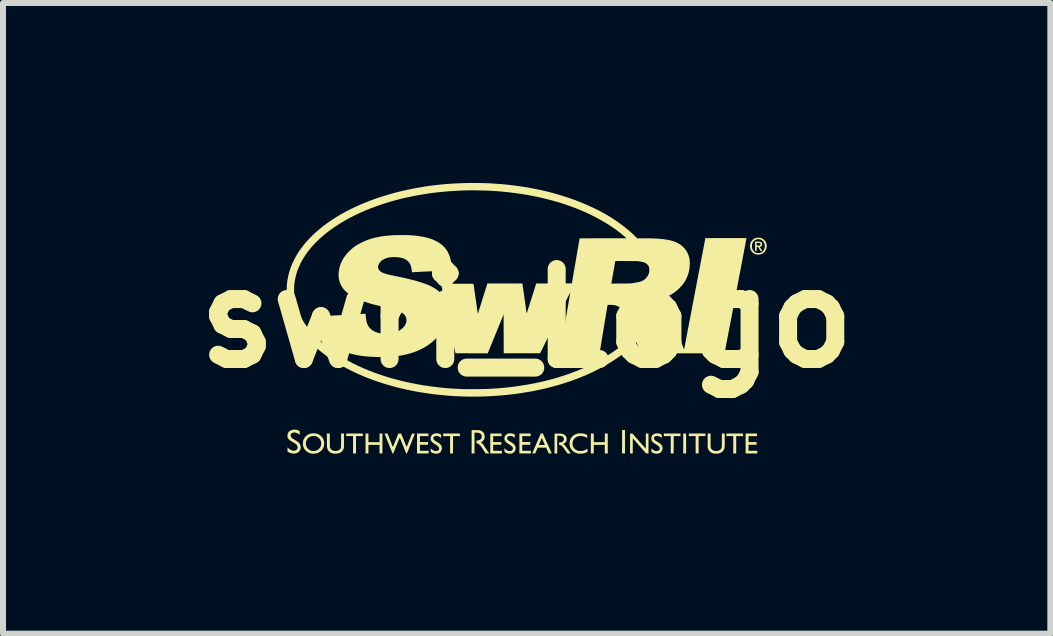
<source format=kicad_pcb>
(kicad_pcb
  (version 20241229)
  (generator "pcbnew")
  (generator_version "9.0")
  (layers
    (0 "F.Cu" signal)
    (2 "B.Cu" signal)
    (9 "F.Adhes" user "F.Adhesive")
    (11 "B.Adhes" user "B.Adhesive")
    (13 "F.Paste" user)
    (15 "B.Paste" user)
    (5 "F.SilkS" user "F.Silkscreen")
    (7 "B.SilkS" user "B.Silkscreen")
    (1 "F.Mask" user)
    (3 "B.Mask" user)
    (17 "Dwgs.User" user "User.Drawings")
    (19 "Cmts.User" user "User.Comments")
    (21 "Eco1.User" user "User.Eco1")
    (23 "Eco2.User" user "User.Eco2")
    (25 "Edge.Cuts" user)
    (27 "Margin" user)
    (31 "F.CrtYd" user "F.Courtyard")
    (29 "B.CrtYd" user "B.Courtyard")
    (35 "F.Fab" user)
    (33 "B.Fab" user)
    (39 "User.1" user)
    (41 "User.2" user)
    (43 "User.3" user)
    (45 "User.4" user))
  (footprint "swri_Logo"
    (layer "F.Cu")
    (at 5.729 2.256)
    (property "Reference" "swri_Logo" (at 0 0 0) (layer "F.SilkS") (effects (font (size 1.5 1.5) (thickness 0.3))))
    (attr board_only exclude_from_pos_files exclude_from_bom)
    (fp_poly (pts (xy 1.638 2.057) (xy 1.638 2.252) (xy 1.614 2.252) (xy 1.59 2.252) (xy 1.59 2.057) (xy 1.59 1.862) (xy 1.614 1.862) (xy 1.638 1.862)) (stroke (width 0) (type solid)) (fill yes) (layer "F.SilkS"))
    (fp_poly (pts (xy 2.657 2.086) (xy 2.657 2.252) (xy 2.633 2.252) (xy 2.609 2.252) (xy 2.609 2.086) (xy 2.609 1.92) (xy 2.633 1.92) (xy 2.657 1.92)) (stroke (width 0) (type solid)) (fill yes) (layer "F.SilkS"))
    (fp_poly (pts (xy -2.731 1.942) (xy -2.731 1.963) (xy -2.788 1.963) (xy -2.845 1.963) (xy -2.845 2.108) (xy -2.845 2.252) (xy -2.87 2.252) (xy -2.894 2.252) (xy -2.894 2.108) (xy -2.894 1.963) (xy -2.951 1.963) (xy -3.008 1.963) (xy -3.008 1.942) (xy -3.008 1.92) (xy -2.87 1.92) (xy -2.731 1.92)) (stroke (width 0) (type solid)) (fill yes) (layer "F.SilkS"))
    (fp_poly (pts (xy -1.114 1.942) (xy -1.114 1.963) (xy -1.171 1.964) (xy -1.228 1.964) (xy -1.228 2.108) (xy -1.229 2.252) (xy -1.253 2.252) (xy -1.277 2.252) (xy -1.277 2.108) (xy -1.277 1.963) (xy -1.334 1.963) (xy -1.392 1.963) (xy -1.392 1.942) (xy -1.392 1.92) (xy -1.253 1.92) (xy -1.114 1.92)) (stroke (width 0) (type solid)) (fill yes) (layer "F.SilkS"))
    (fp_poly (pts (xy 2.564 1.942) (xy 2.564 1.963) (xy 2.507 1.964) (xy 2.45 1.964) (xy 2.45 2.108) (xy 2.449 2.252) (xy 2.425 2.252) (xy 2.401 2.252) (xy 2.401 2.108) (xy 2.401 1.963) (xy 2.344 1.963) (xy 2.286 1.963) (xy 2.286 1.942) (xy 2.286 1.92) (xy 2.425 1.92) (xy 2.564 1.92)) (stroke (width 0) (type solid)) (fill yes) (layer "F.SilkS"))
    (fp_poly (pts (xy 2.979 1.942) (xy 2.979 1.963) (xy 2.922 1.963) (xy 2.865 1.963) (xy 2.865 2.108) (xy 2.865 2.252) (xy 2.84 2.252) (xy 2.816 2.252) (xy 2.816 2.108) (xy 2.816 1.963) (xy 2.759 1.963) (xy 2.702 1.963) (xy 2.702 1.942) (xy 2.702 1.92) (xy 2.84 1.92) (xy 2.979 1.92)) (stroke (width 0) (type solid)) (fill yes) (layer "F.SilkS"))
    (fp_poly (pts (xy 3.606 1.942) (xy 3.606 1.963) (xy 3.549 1.963) (xy 3.492 1.963) (xy 3.492 2.108) (xy 3.492 2.252) (xy 3.467 2.252) (xy 3.443 2.252) (xy 3.443 2.108) (xy 3.443 1.963) (xy 3.386 1.963) (xy 3.329 1.963) (xy 3.329 1.942) (xy 3.329 1.92) (xy 3.467 1.92) (xy 3.606 1.92)) (stroke (width 0) (type solid)) (fill yes) (layer "F.SilkS"))
    (fp_poly (pts (xy -2.638 1.992) (xy -2.638 2.064) (xy -2.545 2.064) (xy -2.453 2.064) (xy -2.453 1.992) (xy -2.453 1.92) (xy -2.429 1.92) (xy -2.405 1.92) (xy -2.405 2.086) (xy -2.405 2.252) (xy -2.429 2.252) (xy -2.453 2.252) (xy -2.453 2.181) (xy -2.453 2.109) (xy -2.545 2.109) (xy -2.638 2.109) (xy -2.638 2.181) (xy -2.638 2.252) (xy -2.662 2.252) (xy -2.686 2.252) (xy -2.686 2.086) (xy -2.686 1.92) (xy -2.662 1.92) (xy -2.638 1.92)) (stroke (width 0) (type solid)) (fill yes) (layer "F.SilkS"))
    (fp_poly (pts (xy -1.638 1.942) (xy -1.638 1.963) (xy -1.708 1.964) (xy -1.779 1.964) (xy -1.779 2.013) (xy -1.78 2.062) (xy -1.712 2.062) (xy -1.644 2.062) (xy -1.644 2.084) (xy -1.644 2.107) (xy -1.712 2.107) (xy -1.78 2.107) (xy -1.78 2.157) (xy -1.78 2.208) (xy -1.707 2.208) (xy -1.634 2.208) (xy -1.634 2.23) (xy -1.634 2.252) (xy -1.731 2.252) (xy -1.828 2.252) (xy -1.828 2.086) (xy -1.828 1.92) (xy -1.733 1.92) (xy -1.638 1.92)) (stroke (width 0) (type solid)) (fill yes) (layer "F.SilkS"))
    (fp_poly (pts (xy -0.419 1.942) (xy -0.419 1.963) (xy -0.489 1.963) (xy -0.559 1.963) (xy -0.559 2.013) (xy -0.559 2.062) (xy -0.491 2.062) (xy -0.423 2.062) (xy -0.423 2.084) (xy -0.423 2.107) (xy -0.491 2.107) (xy -0.559 2.107) (xy -0.559 2.157) (xy -0.559 2.208) (xy -0.487 2.208) (xy -0.414 2.209) (xy -0.414 2.231) (xy -0.413 2.252) (xy -0.51 2.252) (xy -0.607 2.252) (xy -0.607 2.086) (xy -0.607 1.92) (xy -0.513 1.92) (xy -0.419 1.92)) (stroke (width 0) (type solid)) (fill yes) (layer "F.SilkS"))
    (fp_poly (pts (xy 0.066 1.942) (xy 0.066 1.963) (xy -0.004 1.963) (xy -0.074 1.963) (xy -0.074 2.013) (xy -0.074 2.062) (xy -0.007 2.062) (xy 0.06 2.062) (xy 0.06 2.084) (xy 0.06 2.107) (xy -0.007 2.107) (xy -0.074 2.107) (xy -0.074 2.157) (xy -0.074 2.208) (xy -0.002 2.208) (xy 0.07 2.208) (xy 0.07 2.23) (xy 0.07 2.252) (xy -0.026 2.252) (xy -0.122 2.252) (xy -0.122 2.086) (xy -0.122 1.92) (xy -0.028 1.92) (xy 0.066 1.92)) (stroke (width 0) (type solid)) (fill yes) (layer "F.SilkS"))
    (fp_poly (pts (xy 1.118 1.992) (xy 1.118 2.064) (xy 1.21 2.064) (xy 1.302 2.064) (xy 1.302 1.992) (xy 1.302 1.92) (xy 1.327 1.92) (xy 1.351 1.92) (xy 1.351 2.086) (xy 1.351 2.252) (xy 1.327 2.252) (xy 1.302 2.252) (xy 1.302 2.181) (xy 1.302 2.109) (xy 1.21 2.109) (xy 1.118 2.109) (xy 1.118 2.181) (xy 1.118 2.252) (xy 1.094 2.252) (xy 1.069 2.252) (xy 1.069 2.086) (xy 1.069 1.92) (xy 1.094 1.92) (xy 1.118 1.92)) (stroke (width 0) (type solid)) (fill yes) (layer "F.SilkS"))
    (fp_poly (pts (xy 3.839 1.942) (xy 3.839 1.963) (xy 3.769 1.964) (xy 3.698 1.964) (xy 3.698 2.013) (xy 3.697 2.062) (xy 3.765 2.062) (xy 3.833 2.062) (xy 3.833 2.084) (xy 3.833 2.107) (xy 3.765 2.107) (xy 3.697 2.107) (xy 3.697 2.157) (xy 3.697 2.208) (xy 3.77 2.208) (xy 3.843 2.208) (xy 3.843 2.23) (xy 3.843 2.252) (xy 3.746 2.252) (xy 3.649 2.252) (xy 3.649 2.086) (xy 3.649 1.92) (xy 3.744 1.92) (xy 3.839 1.92)) (stroke (width 0) (type solid)) (fill yes) (layer "F.SilkS"))
    (fp_poly (pts (xy 1.873 2.047) (xy 1.985 2.174) (xy 1.985 2.047) (xy 1.986 1.92) (xy 2.008 1.92) (xy 2.03 1.92) (xy 2.03 2.086) (xy 2.03 2.252) (xy 2.009 2.252) (xy 1.989 2.251) (xy 1.88 2.126) (xy 1.863 2.107) (xy 1.848 2.089) (xy 1.833 2.072) (xy 1.819 2.056) (xy 1.807 2.042) (xy 1.796 2.03) (xy 1.787 2.019) (xy 1.779 2.011) (xy 1.774 2.004) (xy 1.77 2.001) (xy 1.77 2) (xy 1.769 2.002) (xy 1.769 2.007) (xy 1.769 2.016) (xy 1.769 2.028) (xy 1.768 2.042) (xy 1.768 2.058) (xy 1.768 2.077) (xy 1.768 2.097) (xy 1.768 2.118) (xy 1.768 2.126) (xy 1.768 2.252) (xy 1.746 2.252) (xy 1.723 2.252) (xy 1.723 2.086) (xy 1.723 1.92) (xy 1.743 1.92) (xy 1.762 1.92)) (stroke (width 0) (type solid)) (fill yes) (layer "F.SilkS"))
    (fp_poly (pts (xy 3.065 2.03) (xy 3.065 2.055) (xy 3.065 2.076) (xy 3.065 2.094) (xy 3.065 2.109) (xy 3.065 2.122) (xy 3.066 2.132) (xy 3.066 2.141) (xy 3.067 2.148) (xy 3.068 2.153) (xy 3.069 2.158) (xy 3.07 2.162) (xy 3.072 2.166) (xy 3.073 2.169) (xy 3.08 2.179) (xy 3.091 2.189) (xy 3.103 2.198) (xy 3.116 2.205) (xy 3.131 2.209) (xy 3.132 2.209) (xy 3.15 2.212) (xy 3.169 2.211) (xy 3.188 2.208) (xy 3.206 2.202) (xy 3.209 2.2) (xy 3.224 2.192) (xy 3.235 2.181) (xy 3.244 2.168) (xy 3.249 2.152) (xy 3.251 2.144) (xy 3.251 2.139) (xy 3.252 2.13) (xy 3.252 2.118) (xy 3.252 2.103) (xy 3.253 2.086) (xy 3.253 2.065) (xy 3.253 2.043) (xy 3.253 2.026) (xy 3.253 1.92) (xy 3.277 1.92) (xy 3.301 1.92) (xy 3.301 2.029) (xy 3.301 2.053) (xy 3.301 2.076) (xy 3.301 2.095) (xy 3.301 2.113) (xy 3.3 2.127) (xy 3.3 2.138) (xy 3.3 2.146) (xy 3.299 2.149) (xy 3.294 2.172) (xy 3.286 2.191) (xy 3.274 2.208) (xy 3.26 2.223) (xy 3.243 2.235) (xy 3.223 2.245) (xy 3.205 2.251) (xy 3.194 2.253) (xy 3.18 2.254) (xy 3.165 2.255) (xy 3.149 2.256) (xy 3.135 2.255) (xy 3.124 2.254) (xy 3.122 2.253) (xy 3.099 2.247) (xy 3.078 2.238) (xy 3.06 2.226) (xy 3.045 2.212) (xy 3.033 2.195) (xy 3.024 2.176) (xy 3.022 2.172) (xy 3.017 2.156) (xy 3.017 2.038) (xy 3.016 1.92) (xy 3.04 1.92) (xy 3.065 1.92)) (stroke (width 0) (type solid)) (fill yes) (layer "F.SilkS"))
    (fp_poly (pts (xy -3.282 2.025) (xy -3.282 2.045) (xy -3.282 2.065) (xy -3.282 2.083) (xy -3.281 2.1) (xy -3.281 2.114) (xy -3.281 2.126) (xy -3.281 2.136) (xy -3.28 2.142) (xy -3.28 2.143) (xy -3.277 2.158) (xy -3.271 2.17) (xy -3.263 2.182) (xy -3.26 2.185) (xy -3.246 2.196) (xy -3.23 2.204) (xy -3.212 2.209) (xy -3.193 2.211) (xy -3.172 2.21) (xy -3.162 2.209) (xy -3.145 2.204) (xy -3.13 2.196) (xy -3.117 2.187) (xy -3.107 2.177) (xy -3.103 2.17) (xy -3.101 2.167) (xy -3.1 2.163) (xy -3.098 2.159) (xy -3.097 2.154) (xy -3.096 2.149) (xy -3.095 2.142) (xy -3.095 2.134) (xy -3.094 2.124) (xy -3.094 2.112) (xy -3.094 2.097) (xy -3.094 2.08) (xy -3.094 2.059) (xy -3.094 2.035) (xy -3.094 2.031) (xy -3.094 1.92) (xy -3.069 1.92) (xy -3.045 1.92) (xy -3.046 2.038) (xy -3.046 2.156) (xy -3.052 2.172) (xy -3.061 2.192) (xy -3.072 2.209) (xy -3.087 2.224) (xy -3.104 2.236) (xy -3.123 2.245) (xy -3.124 2.246) (xy -3.141 2.25) (xy -3.16 2.254) (xy -3.18 2.256) (xy -3.199 2.256) (xy -3.217 2.255) (xy -3.22 2.254) (xy -3.243 2.249) (xy -3.264 2.24) (xy -3.282 2.229) (xy -3.298 2.215) (xy -3.31 2.199) (xy -3.32 2.18) (xy -3.326 2.16) (xy -3.328 2.149) (xy -3.329 2.144) (xy -3.329 2.136) (xy -3.33 2.124) (xy -3.33 2.11) (xy -3.33 2.094) (xy -3.33 2.076) (xy -3.33 2.056) (xy -3.33 2.035) (xy -3.33 2.028) (xy -3.331 1.92) (xy -3.306 1.92) (xy -3.282 1.92)) (stroke (width 0) (type solid)) (fill yes) (layer "F.SilkS"))
    (fp_poly (pts (xy 3.861 -1.28) (xy 3.875 -1.279) (xy 3.886 -1.278) (xy 3.894 -1.277) (xy 3.901 -1.275) (xy 3.907 -1.271) (xy 3.912 -1.268) (xy 3.913 -1.266) (xy 3.919 -1.257) (xy 3.923 -1.246) (xy 3.925 -1.234) (xy 3.923 -1.222) (xy 3.919 -1.212) (xy 3.914 -1.205) (xy 3.91 -1.201) (xy 3.904 -1.197) (xy 3.898 -1.194) (xy 3.893 -1.193) (xy 3.893 -1.193) (xy 3.89 -1.192) (xy 3.888 -1.191) (xy 3.888 -1.189) (xy 3.889 -1.185) (xy 3.892 -1.18) (xy 3.897 -1.171) (xy 3.904 -1.161) (xy 3.906 -1.157) (xy 3.912 -1.147) (xy 3.918 -1.138) (xy 3.922 -1.131) (xy 3.925 -1.126) (xy 3.926 -1.123) (xy 3.926 -1.123) (xy 3.925 -1.122) (xy 3.92 -1.121) (xy 3.914 -1.121) (xy 3.908 -1.121) (xy 3.902 -1.122) (xy 3.898 -1.123) (xy 3.897 -1.124) (xy 3.895 -1.126) (xy 3.892 -1.131) (xy 3.887 -1.139) (xy 3.882 -1.148) (xy 3.876 -1.157) (xy 3.857 -1.189) (xy 3.845 -1.189) (xy 3.833 -1.189) (xy 3.833 -1.155) (xy 3.832 -1.122) (xy 3.82 -1.121) (xy 3.814 -1.121) (xy 3.809 -1.122) (xy 3.807 -1.122) (xy 3.807 -1.124) (xy 3.807 -1.13) (xy 3.807 -1.139) (xy 3.806 -1.15) (xy 3.806 -1.163) (xy 3.806 -1.179) (xy 3.806 -1.195) (xy 3.806 -1.202) (xy 3.806 -1.234) (xy 3.833 -1.234) (xy 3.833 -1.212) (xy 3.852 -1.212) (xy 3.861 -1.212) (xy 3.87 -1.213) (xy 3.878 -1.214) (xy 3.88 -1.214) (xy 3.888 -1.217) (xy 3.894 -1.222) (xy 3.897 -1.23) (xy 3.897 -1.235) (xy 3.896 -1.242) (xy 3.894 -1.248) (xy 3.889 -1.252) (xy 3.881 -1.254) (xy 3.871 -1.256) (xy 3.857 -1.257) (xy 3.853 -1.257) (xy 3.833 -1.257) (xy 3.833 -1.234) (xy 3.806 -1.234) (xy 3.806 -1.28) (xy 3.844 -1.28)) (stroke (width 0) (type solid)) (fill yes) (layer "F.SilkS"))
    (fp_poly (pts (xy 0.523 1.921) (xy 0.54 1.921) (xy 0.553 1.921) (xy 0.564 1.922) (xy 0.572 1.922) (xy 0.579 1.923) (xy 0.584 1.923) (xy 0.589 1.924) (xy 0.593 1.925) (xy 0.596 1.926) (xy 0.615 1.933) (xy 0.631 1.943) (xy 0.645 1.955) (xy 0.655 1.969) (xy 0.662 1.984) (xy 0.665 1.999) (xy 0.666 2.015) (xy 0.665 2.031) (xy 0.661 2.045) (xy 0.659 2.05) (xy 0.652 2.061) (xy 0.642 2.072) (xy 0.632 2.081) (xy 0.62 2.088) (xy 0.62 2.089) (xy 0.608 2.095) (xy 0.622 2.105) (xy 0.63 2.112) (xy 0.638 2.12) (xy 0.646 2.129) (xy 0.655 2.141) (xy 0.666 2.155) (xy 0.678 2.173) (xy 0.679 2.174) (xy 0.687 2.186) (xy 0.696 2.198) (xy 0.705 2.211) (xy 0.714 2.222) (xy 0.717 2.227) (xy 0.723 2.235) (xy 0.729 2.242) (xy 0.733 2.247) (xy 0.735 2.251) (xy 0.736 2.251) (xy 0.734 2.252) (xy 0.729 2.252) (xy 0.721 2.252) (xy 0.712 2.252) (xy 0.708 2.252) (xy 0.68 2.252) (xy 0.658 2.22) (xy 0.642 2.198) (xy 0.628 2.178) (xy 0.616 2.162) (xy 0.605 2.148) (xy 0.595 2.137) (xy 0.585 2.128) (xy 0.577 2.121) (xy 0.569 2.116) (xy 0.56 2.113) (xy 0.552 2.11) (xy 0.549 2.11) (xy 0.54 2.108) (xy 0.54 2.088) (xy 0.54 2.068) (xy 0.551 2.068) (xy 0.568 2.067) (xy 0.583 2.063) (xy 0.596 2.057) (xy 0.606 2.049) (xy 0.614 2.039) (xy 0.617 2.032) (xy 0.619 2.023) (xy 0.62 2.012) (xy 0.619 2.002) (xy 0.617 1.993) (xy 0.613 1.985) (xy 0.606 1.976) (xy 0.598 1.969) (xy 0.593 1.967) (xy 0.583 1.963) (xy 0.57 1.96) (xy 0.554 1.958) (xy 0.536 1.957) (xy 0.532 1.957) (xy 0.509 1.957) (xy 0.509 2.105) (xy 0.509 2.252) (xy 0.486 2.252) (xy 0.464 2.252) (xy 0.464 2.086) (xy 0.464 1.92)) (stroke (width 0) (type solid)) (fill yes) (layer "F.SilkS"))
    (fp_poly (pts (xy -1.486 1.917) (xy -1.472 1.919) (xy -1.459 1.923) (xy -1.445 1.929) (xy -1.443 1.93) (xy -1.427 1.938) (xy -1.427 1.966) (xy -1.427 1.994) (xy -1.437 1.985) (xy -1.451 1.976) (xy -1.466 1.968) (xy -1.48 1.963) (xy -1.495 1.96) (xy -1.509 1.96) (xy -1.522 1.961) (xy -1.533 1.965) (xy -1.543 1.971) (xy -1.55 1.979) (xy -1.555 1.989) (xy -1.556 1.996) (xy -1.556 2.005) (xy -1.554 2.013) (xy -1.549 2.021) (xy -1.542 2.029) (xy -1.531 2.037) (xy -1.518 2.047) (xy -1.502 2.057) (xy -1.486 2.066) (xy -1.474 2.073) (xy -1.464 2.08) (xy -1.455 2.086) (xy -1.448 2.093) (xy -1.441 2.099) (xy -1.439 2.101) (xy -1.427 2.116) (xy -1.419 2.133) (xy -1.415 2.15) (xy -1.414 2.169) (xy -1.416 2.187) (xy -1.422 2.204) (xy -1.43 2.219) (xy -1.442 2.232) (xy -1.456 2.243) (xy -1.473 2.251) (xy -1.482 2.253) (xy -1.494 2.255) (xy -1.507 2.256) (xy -1.521 2.255) (xy -1.533 2.254) (xy -1.539 2.253) (xy -1.561 2.247) (xy -1.581 2.238) (xy -1.586 2.235) (xy -1.598 2.228) (xy -1.599 2.197) (xy -1.599 2.165) (xy -1.585 2.18) (xy -1.571 2.191) (xy -1.557 2.2) (xy -1.542 2.207) (xy -1.527 2.211) (xy -1.512 2.212) (xy -1.498 2.211) (xy -1.486 2.208) (xy -1.475 2.202) (xy -1.466 2.193) (xy -1.464 2.189) (xy -1.46 2.179) (xy -1.46 2.168) (xy -1.462 2.156) (xy -1.463 2.152) (xy -1.469 2.144) (xy -1.477 2.135) (xy -1.487 2.125) (xy -1.499 2.116) (xy -1.507 2.111) (xy -1.527 2.099) (xy -1.543 2.088) (xy -1.556 2.079) (xy -1.567 2.07) (xy -1.576 2.062) (xy -1.583 2.055) (xy -1.589 2.047) (xy -1.593 2.039) (xy -1.594 2.038) (xy -1.599 2.024) (xy -1.601 2.008) (xy -1.601 1.992) (xy -1.597 1.977) (xy -1.592 1.962) (xy -1.59 1.96) (xy -1.58 1.945) (xy -1.566 1.934) (xy -1.551 1.925) (xy -1.532 1.92) (xy -1.512 1.917) (xy -1.502 1.917)) (stroke (width 0) (type solid)) (fill yes) (layer "F.SilkS"))
    (fp_poly (pts (xy -0.25 1.918) (xy -0.236 1.921) (xy -0.223 1.925) (xy -0.211 1.931) (xy -0.208 1.932) (xy -0.198 1.938) (xy -0.198 1.965) (xy -0.198 1.993) (xy -0.203 1.988) (xy -0.208 1.985) (xy -0.214 1.981) (xy -0.22 1.977) (xy -0.234 1.969) (xy -0.248 1.964) (xy -0.262 1.961) (xy -0.276 1.96) (xy -0.289 1.961) (xy -0.301 1.964) (xy -0.311 1.969) (xy -0.319 1.976) (xy -0.324 1.985) (xy -0.326 1.996) (xy -0.326 1.997) (xy -0.326 2.005) (xy -0.325 2.011) (xy -0.322 2.017) (xy -0.318 2.023) (xy -0.313 2.028) (xy -0.305 2.035) (xy -0.295 2.042) (xy -0.283 2.05) (xy -0.267 2.06) (xy -0.254 2.067) (xy -0.235 2.08) (xy -0.218 2.092) (xy -0.206 2.105) (xy -0.196 2.119) (xy -0.189 2.133) (xy -0.186 2.149) (xy -0.184 2.166) (xy -0.184 2.166) (xy -0.186 2.185) (xy -0.191 2.202) (xy -0.2 2.218) (xy -0.211 2.231) (xy -0.224 2.242) (xy -0.24 2.25) (xy -0.256 2.254) (xy -0.266 2.255) (xy -0.278 2.256) (xy -0.291 2.256) (xy -0.303 2.255) (xy -0.306 2.254) (xy -0.32 2.251) (xy -0.335 2.245) (xy -0.35 2.239) (xy -0.362 2.232) (xy -0.364 2.23) (xy -0.371 2.225) (xy -0.371 2.195) (xy -0.371 2.164) (xy -0.356 2.179) (xy -0.343 2.191) (xy -0.33 2.199) (xy -0.318 2.205) (xy -0.304 2.21) (xy -0.294 2.211) (xy -0.279 2.212) (xy -0.265 2.21) (xy -0.253 2.206) (xy -0.243 2.199) (xy -0.236 2.191) (xy -0.231 2.181) (xy -0.229 2.171) (xy -0.231 2.159) (xy -0.235 2.15) (xy -0.24 2.142) (xy -0.25 2.132) (xy -0.263 2.122) (xy -0.279 2.11) (xy -0.292 2.102) (xy -0.309 2.091) (xy -0.323 2.082) (xy -0.335 2.073) (xy -0.344 2.065) (xy -0.351 2.058) (xy -0.357 2.05) (xy -0.362 2.042) (xy -0.365 2.036) (xy -0.37 2.021) (xy -0.372 2.005) (xy -0.371 1.988) (xy -0.366 1.972) (xy -0.359 1.958) (xy -0.349 1.945) (xy -0.346 1.942) (xy -0.333 1.932) (xy -0.319 1.924) (xy -0.303 1.92) (xy -0.285 1.917) (xy -0.267 1.917)) (stroke (width 0) (type solid)) (fill yes) (layer "F.SilkS"))
    (fp_poly (pts (xy 0.273 1.926) (xy 0.274 1.928) (xy 0.276 1.934) (xy 0.28 1.943) (xy 0.285 1.954) (xy 0.291 1.968) (xy 0.298 1.984) (xy 0.306 2.001) (xy 0.314 2.02) (xy 0.323 2.039) (xy 0.332 2.06) (xy 0.341 2.08) (xy 0.351 2.101) (xy 0.36 2.122) (xy 0.369 2.142) (xy 0.378 2.162) (xy 0.386 2.18) (xy 0.393 2.197) (xy 0.4 2.212) (xy 0.406 2.225) (xy 0.41 2.235) (xy 0.414 2.243) (xy 0.416 2.248) (xy 0.417 2.25) (xy 0.416 2.251) (xy 0.414 2.252) (xy 0.408 2.252) (xy 0.399 2.252) (xy 0.393 2.252) (xy 0.368 2.252) (xy 0.346 2.204) (xy 0.325 2.156) (xy 0.254 2.156) (xy 0.183 2.155) (xy 0.163 2.203) (xy 0.143 2.251) (xy 0.118 2.252) (xy 0.109 2.252) (xy 0.101 2.252) (xy 0.096 2.252) (xy 0.093 2.251) (xy 0.093 2.251) (xy 0.094 2.249) (xy 0.096 2.244) (xy 0.1 2.235) (xy 0.104 2.224) (xy 0.11 2.21) (xy 0.117 2.194) (xy 0.125 2.176) (xy 0.133 2.156) (xy 0.142 2.135) (xy 0.152 2.112) (xy 0.153 2.109) (xy 0.204 2.109) (xy 0.206 2.11) (xy 0.211 2.11) (xy 0.219 2.11) (xy 0.229 2.111) (xy 0.242 2.111) (xy 0.253 2.111) (xy 0.267 2.111) (xy 0.279 2.111) (xy 0.289 2.11) (xy 0.297 2.11) (xy 0.301 2.11) (xy 0.303 2.11) (xy 0.302 2.108) (xy 0.3 2.103) (xy 0.297 2.095) (xy 0.293 2.086) (xy 0.288 2.075) (xy 0.283 2.063) (xy 0.277 2.051) (xy 0.272 2.039) (xy 0.267 2.028) (xy 0.262 2.017) (xy 0.258 2.009) (xy 0.255 2.002) (xy 0.254 1.999) (xy 0.253 1.998) (xy 0.253 1.997) (xy 0.252 1.997) (xy 0.25 1.999) (xy 0.249 2.001) (xy 0.246 2.006) (xy 0.243 2.013) (xy 0.239 2.023) (xy 0.234 2.036) (xy 0.227 2.051) (xy 0.222 2.065) (xy 0.216 2.078) (xy 0.212 2.089) (xy 0.208 2.098) (xy 0.205 2.105) (xy 0.204 2.109) (xy 0.204 2.109) (xy 0.153 2.109) (xy 0.162 2.088) (xy 0.164 2.084) (xy 0.234 1.92) (xy 0.252 1.919) (xy 0.269 1.918)) (stroke (width 0) (type solid)) (fill yes) (layer "F.SilkS"))
    (fp_poly (pts (xy 2.196 1.918) (xy 2.214 1.922) (xy 2.232 1.928) (xy 2.238 1.932) (xy 2.251 1.939) (xy 2.251 1.967) (xy 2.251 1.994) (xy 2.241 1.986) (xy 2.227 1.976) (xy 2.211 1.968) (xy 2.196 1.963) (xy 2.188 1.961) (xy 2.173 1.96) (xy 2.159 1.961) (xy 2.147 1.965) (xy 2.136 1.97) (xy 2.128 1.978) (xy 2.123 1.987) (xy 2.121 1.998) (xy 2.121 1.998) (xy 2.123 2.008) (xy 2.127 2.017) (xy 2.134 2.027) (xy 2.144 2.036) (xy 2.158 2.046) (xy 2.172 2.054) (xy 2.193 2.066) (xy 2.21 2.078) (xy 2.224 2.088) (xy 2.236 2.098) (xy 2.245 2.108) (xy 2.252 2.119) (xy 2.257 2.13) (xy 2.261 2.142) (xy 2.263 2.153) (xy 2.264 2.172) (xy 2.261 2.189) (xy 2.255 2.206) (xy 2.246 2.221) (xy 2.234 2.233) (xy 2.219 2.244) (xy 2.202 2.251) (xy 2.196 2.253) (xy 2.185 2.255) (xy 2.172 2.256) (xy 2.158 2.256) (xy 2.144 2.254) (xy 2.139 2.253) (xy 2.117 2.247) (xy 2.097 2.238) (xy 2.092 2.235) (xy 2.08 2.228) (xy 2.079 2.197) (xy 2.079 2.166) (xy 2.093 2.18) (xy 2.107 2.192) (xy 2.122 2.201) (xy 2.138 2.208) (xy 2.153 2.212) (xy 2.169 2.212) (xy 2.183 2.21) (xy 2.196 2.205) (xy 2.207 2.197) (xy 2.209 2.194) (xy 2.216 2.185) (xy 2.218 2.174) (xy 2.218 2.163) (xy 2.214 2.151) (xy 2.206 2.14) (xy 2.196 2.129) (xy 2.192 2.126) (xy 2.186 2.121) (xy 2.178 2.116) (xy 2.168 2.11) (xy 2.158 2.103) (xy 2.156 2.102) (xy 2.139 2.091) (xy 2.124 2.081) (xy 2.112 2.072) (xy 2.103 2.064) (xy 2.095 2.056) (xy 2.089 2.048) (xy 2.084 2.04) (xy 2.083 2.037) (xy 2.081 2.032) (xy 2.079 2.028) (xy 2.078 2.023) (xy 2.078 2.017) (xy 2.078 2.008) (xy 2.078 2.003) (xy 2.078 1.993) (xy 2.078 1.986) (xy 2.079 1.98) (xy 2.08 1.976) (xy 2.082 1.971) (xy 2.085 1.965) (xy 2.094 1.949) (xy 2.106 1.937) (xy 2.121 1.928) (xy 2.138 1.921) (xy 2.158 1.918) (xy 2.176 1.917)) (stroke (width 0) (type solid)) (fill yes) (layer "F.SilkS"))
    (fp_poly (pts (xy 0.895 1.918) (xy 0.911 1.918) (xy 0.924 1.918) (xy 0.936 1.92) (xy 0.947 1.922) (xy 0.958 1.924) (xy 0.971 1.928) (xy 0.986 1.934) (xy 0.989 1.935) (xy 1.009 1.943) (xy 1.009 1.968) (xy 1.009 1.978) (xy 1.009 1.986) (xy 1.009 1.991) (xy 1.008 1.994) (xy 1.008 1.994) (xy 1.006 1.993) (xy 1.002 1.991) (xy 0.996 1.988) (xy 0.995 1.988) (xy 0.971 1.976) (xy 0.947 1.968) (xy 0.923 1.963) (xy 0.899 1.961) (xy 0.876 1.962) (xy 0.854 1.967) (xy 0.833 1.974) (xy 0.832 1.975) (xy 0.814 1.986) (xy 0.798 1.999) (xy 0.786 2.015) (xy 0.776 2.032) (xy 0.769 2.05) (xy 0.765 2.069) (xy 0.763 2.089) (xy 0.765 2.109) (xy 0.77 2.128) (xy 0.778 2.146) (xy 0.789 2.164) (xy 0.799 2.174) (xy 0.815 2.188) (xy 0.834 2.199) (xy 0.855 2.207) (xy 0.858 2.207) (xy 0.868 2.209) (xy 0.882 2.21) (xy 0.896 2.211) (xy 0.911 2.21) (xy 0.925 2.209) (xy 0.937 2.207) (xy 0.94 2.206) (xy 0.96 2.2) (xy 0.979 2.192) (xy 0.997 2.183) (xy 0.998 2.182) (xy 1.005 2.179) (xy 1.009 2.176) (xy 1.012 2.175) (xy 1.012 2.175) (xy 1.013 2.177) (xy 1.013 2.182) (xy 1.013 2.189) (xy 1.013 2.198) (xy 1.013 2.201) (xy 1.013 2.227) (xy 1.004 2.232) (xy 0.991 2.237) (xy 0.976 2.243) (xy 0.96 2.248) (xy 0.949 2.251) (xy 0.937 2.253) (xy 0.923 2.254) (xy 0.907 2.255) (xy 0.891 2.256) (xy 0.876 2.255) (xy 0.862 2.254) (xy 0.855 2.253) (xy 0.83 2.247) (xy 0.807 2.238) (xy 0.786 2.225) (xy 0.767 2.21) (xy 0.751 2.193) (xy 0.737 2.173) (xy 0.726 2.152) (xy 0.719 2.129) (xy 0.715 2.105) (xy 0.714 2.089) (xy 0.716 2.063) (xy 0.721 2.038) (xy 0.73 2.014) (xy 0.742 1.993) (xy 0.756 1.974) (xy 0.774 1.957) (xy 0.795 1.942) (xy 0.819 1.931) (xy 0.839 1.923) (xy 0.846 1.921) (xy 0.851 1.92) (xy 0.857 1.919) (xy 0.863 1.918) (xy 0.87 1.918) (xy 0.88 1.918) (xy 0.893 1.918)) (stroke (width 0) (type solid)) (fill yes) (layer "F.SilkS"))
    (fp_poly (pts (xy -0.854 1.863) (xy -0.837 1.863) (xy -0.823 1.863) (xy -0.812 1.863) (xy -0.803 1.864) (xy -0.796 1.864) (xy -0.791 1.865) (xy -0.786 1.865) (xy -0.782 1.866) (xy -0.779 1.867) (xy -0.777 1.868) (xy -0.757 1.876) (xy -0.739 1.887) (xy -0.725 1.9) (xy -0.714 1.915) (xy -0.706 1.932) (xy -0.704 1.941) (xy -0.702 1.952) (xy -0.701 1.965) (xy -0.701 1.977) (xy -0.701 1.989) (xy -0.702 1.996) (xy -0.708 2.013) (xy -0.717 2.028) (xy -0.728 2.042) (xy -0.742 2.054) (xy -0.751 2.06) (xy -0.757 2.063) (xy -0.761 2.066) (xy -0.763 2.067) (xy -0.763 2.067) (xy -0.761 2.068) (xy -0.758 2.071) (xy -0.752 2.076) (xy -0.752 2.076) (xy -0.746 2.081) (xy -0.739 2.087) (xy -0.733 2.094) (xy -0.726 2.103) (xy -0.718 2.113) (xy -0.709 2.126) (xy -0.699 2.141) (xy -0.688 2.159) (xy -0.675 2.179) (xy -0.675 2.179) (xy -0.668 2.189) (xy -0.66 2.201) (xy -0.652 2.213) (xy -0.645 2.224) (xy -0.644 2.224) (xy -0.638 2.232) (xy -0.633 2.24) (xy -0.629 2.246) (xy -0.627 2.249) (xy -0.626 2.25) (xy -0.627 2.251) (xy -0.629 2.252) (xy -0.634 2.252) (xy -0.643 2.252) (xy -0.654 2.252) (xy -0.655 2.252) (xy -0.685 2.252) (xy -0.717 2.202) (xy -0.729 2.184) (xy -0.739 2.168) (xy -0.748 2.155) (xy -0.756 2.143) (xy -0.763 2.134) (xy -0.769 2.126) (xy -0.775 2.119) (xy -0.781 2.113) (xy -0.786 2.108) (xy -0.799 2.097) (xy -0.81 2.09) (xy -0.821 2.085) (xy -0.828 2.084) (xy -0.837 2.083) (xy -0.837 2.06) (xy -0.837 2.038) (xy -0.817 2.035) (xy -0.799 2.032) (xy -0.784 2.027) (xy -0.772 2.02) (xy -0.762 2.01) (xy -0.755 1.998) (xy -0.752 1.987) (xy -0.75 1.974) (xy -0.75 1.961) (xy -0.753 1.949) (xy -0.755 1.943) (xy -0.761 1.932) (xy -0.769 1.923) (xy -0.779 1.916) (xy -0.792 1.911) (xy -0.808 1.908) (xy -0.827 1.906) (xy -0.847 1.905) (xy -0.87 1.905) (xy -0.87 2.079) (xy -0.87 2.252) (xy -0.894 2.252) (xy -0.918 2.252) (xy -0.918 2.057) (xy -0.918 1.862)) (stroke (width 0) (type solid)) (fill yes) (layer "F.SilkS"))
    (fp_poly (pts (xy -3.542 1.917) (xy -3.524 1.918) (xy -3.51 1.92) (xy -3.485 1.927) (xy -3.462 1.937) (xy -3.441 1.951) (xy -3.423 1.966) (xy -3.407 1.985) (xy -3.394 2.005) (xy -3.384 2.028) (xy -3.378 2.052) (xy -3.377 2.057) (xy -3.376 2.069) (xy -3.375 2.083) (xy -3.376 2.098) (xy -3.377 2.112) (xy -3.379 2.125) (xy -3.381 2.133) (xy -3.39 2.157) (xy -3.402 2.18) (xy -3.417 2.199) (xy -3.435 2.216) (xy -3.456 2.231) (xy -3.479 2.242) (xy -3.504 2.251) (xy -3.505 2.251) (xy -3.514 2.253) (xy -3.527 2.254) (xy -3.541 2.255) (xy -3.555 2.256) (xy -3.569 2.256) (xy -3.581 2.255) (xy -3.586 2.254) (xy -3.611 2.248) (xy -3.634 2.239) (xy -3.656 2.227) (xy -3.675 2.212) (xy -3.692 2.195) (xy -3.707 2.175) (xy -3.718 2.153) (xy -3.719 2.149) (xy -3.724 2.135) (xy -3.728 2.121) (xy -3.729 2.107) (xy -3.73 2.091) (xy -3.681 2.091) (xy -3.68 2.102) (xy -3.675 2.124) (xy -3.667 2.144) (xy -3.657 2.161) (xy -3.643 2.177) (xy -3.627 2.189) (xy -3.61 2.199) (xy -3.59 2.207) (xy -3.57 2.211) (xy -3.548 2.211) (xy -3.525 2.209) (xy -3.505 2.203) (xy -3.486 2.194) (xy -3.469 2.182) (xy -3.455 2.168) (xy -3.443 2.152) (xy -3.439 2.145) (xy -3.432 2.129) (xy -3.428 2.113) (xy -3.426 2.098) (xy -3.425 2.085) (xy -3.427 2.063) (xy -3.432 2.043) (xy -3.44 2.025) (xy -3.452 2.008) (xy -3.461 1.998) (xy -3.477 1.984) (xy -3.495 1.973) (xy -3.514 1.966) (xy -3.535 1.962) (xy -3.553 1.961) (xy -3.576 1.963) (xy -3.597 1.968) (xy -3.616 1.976) (xy -3.634 1.988) (xy -3.642 1.994) (xy -3.656 2.011) (xy -3.668 2.029) (xy -3.676 2.049) (xy -3.68 2.07) (xy -3.681 2.091) (xy -3.73 2.091) (xy -3.73 2.091) (xy -3.73 2.079) (xy -3.729 2.067) (xy -3.729 2.058) (xy -3.728 2.051) (xy -3.726 2.043) (xy -3.724 2.036) (xy -3.723 2.033) (xy -3.713 2.01) (xy -3.7 1.988) (xy -3.685 1.969) (xy -3.666 1.953) (xy -3.646 1.939) (xy -3.623 1.928) (xy -3.598 1.921) (xy -3.595 1.92) (xy -3.579 1.918) (xy -3.561 1.917)) (stroke (width 0) (type solid)) (fill yes) (layer "F.SilkS"))
    (fp_poly (pts (xy 3.879 -1.344) (xy 3.892 -1.343) (xy 3.897 -1.341) (xy 3.919 -1.334) (xy 3.938 -1.323) (xy 3.956 -1.309) (xy 3.971 -1.293) (xy 3.983 -1.274) (xy 3.986 -1.269) (xy 3.991 -1.257) (xy 3.995 -1.246) (xy 3.997 -1.235) (xy 3.999 -1.223) (xy 3.999 -1.208) (xy 3.999 -1.203) (xy 3.999 -1.192) (xy 3.999 -1.183) (xy 3.998 -1.175) (xy 3.997 -1.169) (xy 3.995 -1.163) (xy 3.995 -1.162) (xy 3.986 -1.139) (xy 3.974 -1.119) (xy 3.96 -1.102) (xy 3.943 -1.087) (xy 3.924 -1.076) (xy 3.903 -1.068) (xy 3.88 -1.063) (xy 3.867 -1.062) (xy 3.859 -1.062) (xy 3.851 -1.062) (xy 3.845 -1.062) (xy 3.845 -1.062) (xy 3.822 -1.067) (xy 3.799 -1.075) (xy 3.796 -1.077) (xy 3.788 -1.081) (xy 3.781 -1.086) (xy 3.773 -1.091) (xy 3.765 -1.099) (xy 3.763 -1.101) (xy 3.751 -1.115) (xy 3.741 -1.128) (xy 3.734 -1.142) (xy 3.728 -1.158) (xy 3.728 -1.16) (xy 3.723 -1.184) (xy 3.721 -1.207) (xy 3.754 -1.207) (xy 3.754 -1.193) (xy 3.755 -1.181) (xy 3.756 -1.175) (xy 3.763 -1.154) (xy 3.772 -1.136) (xy 3.784 -1.121) (xy 3.798 -1.108) (xy 3.815 -1.098) (xy 3.833 -1.091) (xy 3.838 -1.09) (xy 3.847 -1.089) (xy 3.858 -1.088) (xy 3.87 -1.089) (xy 3.881 -1.09) (xy 3.891 -1.092) (xy 3.896 -1.093) (xy 3.914 -1.102) (xy 3.93 -1.113) (xy 3.944 -1.127) (xy 3.954 -1.144) (xy 3.955 -1.146) (xy 3.959 -1.155) (xy 3.963 -1.165) (xy 3.965 -1.173) (xy 3.965 -1.174) (xy 3.967 -1.185) (xy 3.968 -1.199) (xy 3.967 -1.213) (xy 3.966 -1.226) (xy 3.964 -1.237) (xy 3.964 -1.237) (xy 3.957 -1.256) (xy 3.948 -1.273) (xy 3.935 -1.288) (xy 3.921 -1.301) (xy 3.905 -1.31) (xy 3.887 -1.317) (xy 3.885 -1.317) (xy 3.875 -1.318) (xy 3.863 -1.319) (xy 3.85 -1.318) (xy 3.837 -1.317) (xy 3.827 -1.314) (xy 3.823 -1.313) (xy 3.806 -1.304) (xy 3.79 -1.292) (xy 3.777 -1.277) (xy 3.766 -1.26) (xy 3.758 -1.241) (xy 3.756 -1.232) (xy 3.755 -1.22) (xy 3.754 -1.207) (xy 3.721 -1.207) (xy 3.721 -1.208) (xy 3.724 -1.232) (xy 3.73 -1.255) (xy 3.737 -1.27) (xy 3.744 -1.284) (xy 3.754 -1.296) (xy 3.764 -1.307) (xy 3.78 -1.32) (xy 3.797 -1.331) (xy 3.816 -1.339) (xy 3.822 -1.34) (xy 3.834 -1.343) (xy 3.848 -1.345) (xy 3.864 -1.345)) (stroke (width 0) (type solid)) (fill yes) (layer "F.SilkS"))
    (fp_poly (pts (xy -3.847 1.856) (xy -3.825 1.861) (xy -3.805 1.869) (xy -3.797 1.873) (xy -3.791 1.876) (xy -3.787 1.879) (xy -3.785 1.883) (xy -3.783 1.888) (xy -3.783 1.895) (xy -3.783 1.906) (xy -3.783 1.912) (xy -3.784 1.942) (xy -3.796 1.932) (xy -3.81 1.923) (xy -3.826 1.914) (xy -3.842 1.908) (xy -3.849 1.906) (xy -3.861 1.904) (xy -3.875 1.903) (xy -3.888 1.904) (xy -3.9 1.907) (xy -3.906 1.909) (xy -3.918 1.916) (xy -3.927 1.925) (xy -3.933 1.936) (xy -3.935 1.948) (xy -3.934 1.96) (xy -3.932 1.969) (xy -3.928 1.977) (xy -3.922 1.985) (xy -3.914 1.993) (xy -3.904 2.002) (xy -3.892 2.01) (xy -3.876 2.02) (xy -3.862 2.028) (xy -3.851 2.035) (xy -3.839 2.042) (xy -3.828 2.049) (xy -3.819 2.055) (xy -3.812 2.06) (xy -3.811 2.06) (xy -3.796 2.075) (xy -3.784 2.091) (xy -3.775 2.108) (xy -3.769 2.127) (xy -3.769 2.127) (xy -3.768 2.137) (xy -3.767 2.149) (xy -3.768 2.162) (xy -3.77 2.174) (xy -3.772 2.184) (xy -3.773 2.185) (xy -3.781 2.203) (xy -3.792 2.218) (xy -3.806 2.232) (xy -3.823 2.242) (xy -3.841 2.25) (xy -3.846 2.251) (xy -3.853 2.252) (xy -3.863 2.253) (xy -3.874 2.254) (xy -3.885 2.254) (xy -3.896 2.254) (xy -3.905 2.253) (xy -3.909 2.253) (xy -3.93 2.248) (xy -3.951 2.24) (xy -3.971 2.229) (xy -3.976 2.226) (xy -3.987 2.219) (xy -3.987 2.185) (xy -3.987 2.151) (xy -3.968 2.169) (xy -3.959 2.177) (xy -3.95 2.184) (xy -3.943 2.189) (xy -3.934 2.194) (xy -3.933 2.194) (xy -3.915 2.202) (xy -3.897 2.206) (xy -3.88 2.207) (xy -3.865 2.205) (xy -3.851 2.2) (xy -3.839 2.192) (xy -3.829 2.181) (xy -3.823 2.172) (xy -3.82 2.165) (xy -3.818 2.159) (xy -3.818 2.154) (xy -3.818 2.147) (xy -3.818 2.147) (xy -3.822 2.131) (xy -3.829 2.116) (xy -3.839 2.103) (xy -3.846 2.097) (xy -3.853 2.091) (xy -3.861 2.085) (xy -3.871 2.079) (xy -3.884 2.071) (xy -3.898 2.063) (xy -3.917 2.052) (xy -3.933 2.043) (xy -3.946 2.034) (xy -3.956 2.025) (xy -3.965 2.017) (xy -3.972 2.009) (xy -3.977 2) (xy -3.98 1.995) (xy -3.984 1.987) (xy -3.986 1.98) (xy -3.987 1.973) (xy -3.988 1.964) (xy -3.987 1.943) (xy -3.983 1.924) (xy -3.976 1.907) (xy -3.965 1.892) (xy -3.951 1.879) (xy -3.935 1.869) (xy -3.933 1.868) (xy -3.914 1.86) (xy -3.892 1.856) (xy -3.87 1.854)) (stroke (width 0) (type solid)) (fill yes) (layer "F.SilkS"))
    (fp_poly (pts (xy -2.345 1.921) (xy -2.32 1.921) (xy -2.275 2.034) (xy -2.266 2.057) (xy -2.258 2.077) (xy -2.252 2.093) (xy -2.246 2.107) (xy -2.242 2.118) (xy -2.238 2.127) (xy -2.235 2.133) (xy -2.233 2.138) (xy -2.231 2.141) (xy -2.23 2.142) (xy -2.229 2.143) (xy -2.228 2.142) (xy -2.228 2.142) (xy -2.227 2.139) (xy -2.225 2.133) (xy -2.221 2.124) (xy -2.216 2.113) (xy -2.211 2.099) (xy -2.205 2.083) (xy -2.198 2.066) (xy -2.19 2.048) (xy -2.183 2.029) (xy -2.139 1.921) (xy -2.116 1.921) (xy -2.093 1.92) (xy -2.067 1.984) (xy -2.06 2.002) (xy -2.052 2.021) (xy -2.044 2.041) (xy -2.036 2.06) (xy -2.029 2.078) (xy -2.023 2.093) (xy -2.021 2.097) (xy -2.015 2.112) (xy -2.011 2.123) (xy -2.007 2.131) (xy -2.004 2.137) (xy -2.002 2.141) (xy -2.001 2.143) (xy -2 2.143) (xy -1.999 2.142) (xy -1.999 2.142) (xy -1.998 2.139) (xy -1.996 2.133) (xy -1.992 2.124) (xy -1.988 2.113) (xy -1.982 2.099) (xy -1.976 2.083) (xy -1.969 2.066) (xy -1.962 2.047) (xy -1.955 2.03) (xy -1.947 2.01) (xy -1.94 1.992) (xy -1.933 1.975) (xy -1.927 1.96) (xy -1.922 1.947) (xy -1.917 1.936) (xy -1.914 1.928) (xy -1.912 1.923) (xy -1.911 1.921) (xy -1.909 1.921) (xy -1.904 1.921) (xy -1.896 1.921) (xy -1.887 1.921) (xy -1.887 1.921) (xy -1.863 1.921) (xy -1.906 2.027) (xy -1.919 2.061) (xy -1.931 2.09) (xy -1.942 2.117) (xy -1.952 2.141) (xy -1.96 2.162) (xy -1.967 2.18) (xy -1.974 2.195) (xy -1.979 2.209) (xy -1.984 2.22) (xy -1.988 2.229) (xy -1.991 2.236) (xy -1.993 2.242) (xy -1.995 2.247) (xy -1.997 2.25) (xy -1.998 2.252) (xy -1.999 2.254) (xy -2 2.254) (xy -2.001 2.255) (xy -2.002 2.255) (xy -2.002 2.254) (xy -2.003 2.254) (xy -2.004 2.254) (xy -2.005 2.254) (xy -2.006 2.253) (xy -2.007 2.251) (xy -2.009 2.248) (xy -2.011 2.244) (xy -2.014 2.239) (xy -2.017 2.231) (xy -2.021 2.222) (xy -2.026 2.211) (xy -2.031 2.196) (xy -2.038 2.18) (xy -2.046 2.16) (xy -2.055 2.137) (xy -2.061 2.122) (xy -2.07 2.1) (xy -2.078 2.08) (xy -2.086 2.061) (xy -2.093 2.043) (xy -2.099 2.027) (xy -2.105 2.014) (xy -2.109 2.003) (xy -2.112 1.995) (xy -2.115 1.99) (xy -2.115 1.988) (xy -2.116 1.989) (xy -2.119 1.994) (xy -2.122 2.002) (xy -2.127 2.013) (xy -2.132 2.026) (xy -2.139 2.041) (xy -2.146 2.059) (xy -2.153 2.078) (xy -2.162 2.098) (xy -2.171 2.12) (xy -2.171 2.12) (xy -2.181 2.146) (xy -2.19 2.167) (xy -2.197 2.186) (xy -2.204 2.202) (xy -2.209 2.215) (xy -2.214 2.226) (xy -2.217 2.234) (xy -2.22 2.241) (xy -2.223 2.246) (xy -2.225 2.249) (xy -2.226 2.252) (xy -2.228 2.253) (xy -2.229 2.254) (xy -2.23 2.254) (xy -2.231 2.254) (xy -2.235 2.253) (xy -2.238 2.25) (xy -2.239 2.247) (xy -2.241 2.241) (xy -2.245 2.232) (xy -2.249 2.22) (xy -2.255 2.206) (xy -2.261 2.19) (xy -2.269 2.173) (xy -2.276 2.154) (xy -2.284 2.134) (xy -2.292 2.113) (xy -2.301 2.092) (xy -2.309 2.071) (xy -2.318 2.05) (xy -2.326 2.03) (xy -2.333 2.011) (xy -2.341 1.992) (xy -2.347 1.976) (xy -2.353 1.961) (xy -2.358 1.949) (xy -2.362 1.939) (xy -2.365 1.932) (xy -2.367 1.928) (xy -2.367 1.928) (xy -2.37 1.92)) (stroke (width 0) (type solid)) (fill yes) (layer "F.SilkS"))
    (fp_poly (pts (xy -0.821 -2.256) (xy -0.755 -2.255) (xy -0.691 -2.253) (xy -0.628 -2.251) (xy -0.566 -2.247) (xy -0.503 -2.243) (xy -0.439 -2.238) (xy -0.431 -2.238) (xy -0.315 -2.227) (xy -0.2 -2.213) (xy -0.086 -2.197) (xy 0.026 -2.179) (xy 0.137 -2.158) (xy 0.247 -2.135) (xy 0.354 -2.11) (xy 0.46 -2.082) (xy 0.563 -2.052) (xy 0.665 -2.02) (xy 0.764 -1.986) (xy 0.861 -1.95) (xy 0.956 -1.911) (xy 1.048 -1.871) (xy 1.138 -1.829) (xy 1.225 -1.785) (xy 1.309 -1.739) (xy 1.39 -1.691) (xy 1.468 -1.641) (xy 1.543 -1.589) (xy 1.614 -1.536) (xy 1.682 -1.481) (xy 1.689 -1.476) (xy 1.725 -1.445) (xy 1.762 -1.411) (xy 1.798 -1.377) (xy 1.806 -1.369) (xy 1.841 -1.334) (xy 1.949 -1.334) (xy 1.971 -1.334) (xy 1.993 -1.334) (xy 2.015 -1.334) (xy 2.037 -1.334) (xy 2.056 -1.333) (xy 2.074 -1.333) (xy 2.09 -1.333) (xy 2.102 -1.332) (xy 2.104 -1.332) (xy 2.158 -1.33) (xy 2.209 -1.326) (xy 2.257 -1.322) (xy 2.301 -1.316) (xy 2.341 -1.31) (xy 2.379 -1.303) (xy 2.413 -1.295) (xy 2.445 -1.285) (xy 2.474 -1.275) (xy 2.477 -1.274) (xy 2.512 -1.258) (xy 2.545 -1.239) (xy 2.576 -1.218) (xy 2.604 -1.193) (xy 2.63 -1.167) (xy 2.652 -1.138) (xy 2.672 -1.107) (xy 2.688 -1.074) (xy 2.695 -1.058) (xy 2.704 -1.029) (xy 2.712 -1) (xy 2.716 -0.969) (xy 2.719 -0.937) (xy 2.719 -0.915) (xy 2.717 -0.869) (xy 2.712 -0.823) (xy 2.703 -0.778) (xy 2.691 -0.734) (xy 2.675 -0.691) (xy 2.656 -0.65) (xy 2.634 -0.611) (xy 2.625 -0.597) (xy 2.604 -0.568) (xy 2.58 -0.539) (xy 2.553 -0.511) (xy 2.525 -0.483) (xy 2.494 -0.457) (xy 2.463 -0.433) (xy 2.453 -0.426) (xy 2.428 -0.409) (xy 2.4 -0.392) (xy 2.371 -0.376) (xy 2.342 -0.362) (xy 2.315 -0.35) (xy 2.313 -0.349) (xy 2.29 -0.34) (xy 2.264 -0.331) (xy 2.235 -0.322) (xy 2.205 -0.314) (xy 2.174 -0.306) (xy 2.142 -0.298) (xy 2.13 -0.296) (xy 2.121 -0.294) (xy 2.115 -0.292) (xy 2.112 -0.292) (xy 2.112 -0.291) (xy 2.114 -0.29) (xy 2.117 -0.29) (xy 2.129 -0.286) (xy 2.144 -0.282) (xy 2.16 -0.277) (xy 2.175 -0.272) (xy 2.188 -0.267) (xy 2.19 -0.266) (xy 2.225 -0.249) (xy 2.257 -0.23) (xy 2.288 -0.206) (xy 2.317 -0.18) (xy 2.343 -0.15) (xy 2.368 -0.117) (xy 2.37 -0.114) (xy 2.376 -0.105) (xy 2.381 -0.096) (xy 2.386 -0.087) (xy 2.392 -0.077) (xy 2.397 -0.066) (xy 2.403 -0.054) (xy 2.409 -0.04) (xy 2.416 -0.024) (xy 2.423 -0.006) (xy 2.431 0.014) (xy 2.44 0.037) (xy 2.45 0.063) (xy 2.461 0.092) (xy 2.469 0.113) (xy 2.486 0.158) (xy 2.502 0.201) (xy 2.517 0.24) (xy 2.53 0.275) (xy 2.542 0.308) (xy 2.554 0.338) (xy 2.564 0.365) (xy 2.573 0.389) (xy 2.581 0.41) (xy 2.588 0.429) (xy 2.595 0.446) (xy 2.6 0.461) (xy 2.605 0.474) (xy 2.609 0.484) (xy 2.613 0.493) (xy 2.616 0.501) (xy 2.618 0.507) (xy 2.62 0.511) (xy 2.621 0.514) (xy 2.622 0.517) (xy 2.623 0.518) (xy 2.624 0.518) (xy 2.624 0.518) (xy 2.624 0.516) (xy 2.625 0.51) (xy 2.627 0.501) (xy 2.629 0.488) (xy 2.633 0.472) (xy 2.636 0.452) (xy 2.641 0.43) (xy 2.645 0.404) (xy 2.651 0.376) (xy 2.657 0.344) (xy 2.663 0.311) (xy 2.67 0.274) (xy 2.678 0.235) (xy 2.685 0.194) (xy 2.694 0.151) (xy 2.702 0.106) (xy 2.711 0.058) (xy 2.721 0.009) (xy 2.731 -0.042) (xy 2.741 -0.094) (xy 2.751 -0.148) (xy 2.761 -0.203) (xy 2.772 -0.26) (xy 2.783 -0.317) (xy 2.795 -0.376) (xy 2.801 -0.411) (xy 2.978 -1.337) (xy 3.32 -1.338) (xy 3.356 -1.338) (xy 3.391 -1.338) (xy 3.425 -1.338) (xy 3.457 -1.338) (xy 3.488 -1.338) (xy 3.517 -1.338) (xy 3.544 -1.338) (xy 3.569 -1.338) (xy 3.591 -1.338) (xy 3.61 -1.337) (xy 3.627 -1.337) (xy 3.641 -1.337) (xy 3.652 -1.337) (xy 3.659 -1.337) (xy 3.662 -1.337) (xy 3.663 -1.337) (xy 3.662 -1.335) (xy 3.662 -1.329) (xy 3.66 -1.32) (xy 3.658 -1.307) (xy 3.655 -1.292) (xy 3.651 -1.273) (xy 3.647 -1.251) (xy 3.642 -1.226) (xy 3.637 -1.198) (xy 3.632 -1.168) (xy 3.625 -1.136) (xy 3.619 -1.101) (xy 3.612 -1.064) (xy 3.604 -1.025) (xy 3.597 -0.985) (xy 3.589 -0.942) (xy 3.58 -0.898) (xy 3.572 -0.853) (xy 3.563 -0.806) (xy 3.554 -0.758) (xy 3.544 -0.709) (xy 3.535 -0.659) (xy 3.525 -0.608) (xy 3.515 -0.557) (xy 3.506 -0.505) (xy 3.496 -0.453) (xy 3.486 -0.401) (xy 3.476 -0.349) (xy 3.466 -0.296) (xy 3.456 -0.244) (xy 3.446 -0.193) (xy 3.436 -0.141) (xy 3.427 -0.091) (xy 3.417 -0.041) (xy 3.408 0.008) (xy 3.399 0.056) (xy 3.39 0.102) (xy 3.381 0.148) (xy 3.373 0.191) (xy 3.364 0.234) (xy 3.357 0.274) (xy 3.349 0.313) (xy 3.342 0.349) (xy 3.336 0.383) (xy 3.329 0.416) (xy 3.324 0.445) (xy 3.319 0.472) (xy 3.314 0.497) (xy 3.31 0.518) (xy 3.306 0.536) (xy 3.303 0.552) (xy 3.301 0.564) (xy 3.299 0.572) (xy 3.298 0.577) (xy 3.298 0.579) (xy 3.296 0.583) (xy 2.599 0.583) (xy 1.902 0.583) (xy 1.894 0.563) (xy 1.892 0.557) (xy 1.888 0.548) (xy 1.883 0.536) (xy 1.878 0.522) (xy 1.871 0.506) (xy 1.865 0.49) (xy 1.858 0.473) (xy 1.857 0.471) (xy 1.851 0.455) (xy 1.845 0.44) (xy 1.839 0.427) (xy 1.835 0.416) (xy 1.831 0.407) (xy 1.829 0.401) (xy 1.827 0.397) (xy 1.827 0.397) (xy 1.826 0.398) (xy 1.822 0.402) (xy 1.816 0.407) (xy 1.808 0.414) (xy 1.799 0.423) (xy 1.79 0.432) (xy 1.734 0.485) (xy 1.673 0.537) (xy 1.61 0.588) (xy 1.543 0.638) (xy 1.473 0.686) (xy 1.399 0.733) (xy 1.323 0.778) (xy 1.244 0.822) (xy 1.162 0.865) (xy 1.078 0.906) (xy 0.991 0.945) (xy 0.902 0.982) (xy 0.811 1.017) (xy 0.717 1.051) (xy 0.666 1.068) (xy 0.549 1.105) (xy 0.43 1.138) (xy 0.31 1.169) (xy 0.188 1.196) (xy 0.065 1.22) (xy -0.061 1.241) (xy -0.188 1.26) (xy -0.318 1.275) (xy -0.45 1.287) (xy -0.584 1.296) (xy -0.685 1.301) (xy -0.696 1.302) (xy -0.709 1.302) (xy -0.726 1.302) (xy -0.745 1.303) (xy -0.766 1.303) (xy -0.789 1.303) (xy -0.812 1.304) (xy -0.837 1.304) (xy -0.861 1.304) (xy -0.885 1.304) (xy -0.908 1.304) (xy -0.93 1.304) (xy -0.95 1.304) (xy -0.968 1.304) (xy -0.984 1.304) (xy -0.996 1.304) (xy -1.003 1.304) (xy -1.059 1.302) (xy -1.112 1.3) (xy -1.162 1.298) (xy -1.21 1.296) (xy -1.257 1.293) (xy -1.299 1.29) (xy -1.418 1.279) (xy -1.536 1.267) (xy -1.653 1.251) (xy -1.768 1.233) (xy -1.882 1.213) (xy -1.994 1.19) (xy -2.104 1.165) (xy -2.213 1.137) (xy -2.319 1.107) (xy -2.423 1.075) (xy -2.526 1.04) (xy -2.625 1.004) (xy -2.723 0.965) (xy -2.818 0.924) (xy -2.91 0.88) (xy -2.999 0.835) (xy -3.085 0.788) (xy -3.169 0.739) (xy -3.249 0.688) (xy -3.326 0.634) (xy -3.328 0.633) (xy -3.395 0.583) (xy -3.459 0.531) (xy -3.52 0.478) (xy -3.577 0.424) (xy -3.631 0.369) (xy -3.682 0.313) (xy -3.729 0.256) (xy -3.772 0.198) (xy -3.812 0.139) (xy -3.848 0.079) (xy -3.88 0.019) (xy -3.882 0.014) (xy -3.91 -0.047) (xy -3.935 -0.108) (xy -3.955 -0.17) (xy -3.972 -0.232) (xy -3.985 -0.295) (xy -3.994 -0.358) (xy -3.998 -0.403) (xy -3.999 -0.416) (xy -4 -0.433) (xy -4 -0.452) (xy -4 -0.46) (xy -3.877 -0.46) (xy -3.874 -0.401) (xy -3.868 -0.341) (xy -3.857 -0.281) (xy -3.854 -0.269) (xy -3.84 -0.212) (xy -3.821 -0.155) (xy -3.799 -0.098) (xy -3.773 -0.042) (xy -3.743 0.014) (xy -3.71 0.07) (xy -3.673 0.125) (xy -3.633 0.179) (xy -3.589 0.232) (xy -3.56 0.265) (xy -3.548 0.278) (xy -3.534 0.293) (xy -3.518 0.309) (xy -3.502 0.325) (xy -3.485 0.342) (xy -3.468 0.359) (xy -3.452 0.374) (xy -3.437 0.388) (xy -3.427 0.397) (xy -3.363 0.452) (xy -3.295 0.504) (xy -3.224 0.556) (xy -3.149 0.606) (xy -3.072 0.654) (xy -2.99 0.7) (xy -2.906 0.745) (xy -2.819 0.788) (xy -2.728 0.829) (xy -2.703 0.84) (xy -2.614 0.876) (xy -2.523 0.911) (xy -2.429 0.944) (xy -2.332 0.975) (xy -2.234 1.004) (xy -2.135 1.03) (xy -2.052 1.051) (xy -1.936 1.076) (xy -1.82 1.099) (xy -1.703 1.119) (xy -1.584 1.136) (xy -1.464 1.151) (xy -1.342 1.163) (xy -1.218 1.172) (xy -1.091 1.178) (xy -1.07 1.179) (xy -1.06 1.179) (xy -1.046 1.18) (xy -1.029 1.18) (xy -1.009 1.18) (xy -0.987 1.18) (xy -0.964 1.18) (xy -0.939 1.18) (xy -0.913 1.18) (xy -0.886 1.18) (xy -0.859 1.18) (xy -0.832 1.18) (xy -0.805 1.18) (xy -0.78 1.179) (xy -0.755 1.179) (xy -0.733 1.179) (xy -0.712 1.179) (xy -0.694 1.178) (xy -0.679 1.178) (xy -0.667 1.178) (xy -0.661 1.177) (xy -0.614 1.175) (xy -0.571 1.172) (xy -0.53 1.17) (xy -0.491 1.167) (xy -0.453 1.164) (xy -0.417 1.161) (xy -0.38 1.158) (xy -0.343 1.154) (xy -0.304 1.15) (xy -0.297 1.149) (xy -0.186 1.135) (xy -0.077 1.119) (xy 0.032 1.101) (xy 0.138 1.081) (xy 0.243 1.058) (xy 0.347 1.033) (xy 0.448 1.006) (xy 0.548 0.977) (xy 0.645 0.945) (xy 0.74 0.912) (xy 0.833 0.877) (xy 0.924 0.84) (xy 1.012 0.801) (xy 1.097 0.76) (xy 1.18 0.717) (xy 1.26 0.673) (xy 1.337 0.627) (xy 1.411 0.579) (xy 1.482 0.53) (xy 1.55 0.479) (xy 1.614 0.426) (xy 1.675 0.372) (xy 1.712 0.337) (xy 1.723 0.326) (xy 1.734 0.316) (xy 1.744 0.306) (xy 1.752 0.297) (xy 1.759 0.29) (xy 1.763 0.286) (xy 1.776 0.271) (xy 1.713 0.114) (xy 1.699 0.079) (xy 1.686 0.047) (xy 1.674 0.019) (xy 1.663 -0.007) (xy 1.654 -0.029) (xy 1.645 -0.05) (xy 1.637 -0.068) (xy 1.629 -0.083) (xy 1.622 -0.097) (xy 1.616 -0.11) (xy 1.61 -0.12) (xy 1.604 -0.13) (xy 1.598 -0.139) (xy 1.592 -0.147) (xy 1.586 -0.154) (xy 1.58 -0.161) (xy 1.577 -0.164) (xy 1.559 -0.179) (xy 1.539 -0.193) (xy 1.515 -0.204) (xy 1.488 -0.213) (xy 1.48 -0.216) (xy 1.466 -0.219) (xy 1.452 -0.221) (xy 1.436 -0.223) (xy 1.419 -0.224) (xy 1.398 -0.224) (xy 1.386 -0.224) (xy 1.348 -0.224) (xy 1.281 0.178) (xy 1.275 0.217) (xy 1.269 0.255) (xy 1.262 0.292) (xy 1.257 0.327) (xy 1.251 0.361) (xy 1.246 0.393) (xy 1.241 0.423) (xy 1.236 0.451) (xy 1.232 0.477) (xy 1.228 0.501) (xy 1.224 0.521) (xy 1.221 0.54) (xy 1.219 0.555) (xy 1.217 0.567) (xy 1.215 0.575) (xy 1.214 0.58) (xy 1.214 0.582) (xy 1.212 0.582) (xy 1.206 0.582) (xy 1.197 0.582) (xy 1.185 0.582) (xy 1.17 0.582) (xy 1.152 0.583) (xy 1.132 0.583) (xy 1.109 0.583) (xy 1.085 0.583) (xy 1.059 0.583) (xy 1.032 0.583) (xy 1.003 0.583) (xy 0.973 0.583) (xy 0.943 0.583) (xy 0.912 0.583) (xy 0.881 0.583) (xy 0.85 0.583) (xy 0.82 0.583) (xy 0.79 0.583) (xy 0.76 0.583) (xy 0.732 0.583) (xy 0.705 0.583) (xy 0.679 0.583) (xy 0.655 0.583) (xy 0.633 0.583) (xy 0.613 0.583) (xy 0.596 0.582) (xy 0.581 0.582) (xy 0.569 0.582) (xy 0.561 0.582) (xy 0.556 0.582) (xy 0.554 0.582) (xy 0.555 0.58) (xy 0.555 0.574) (xy 0.557 0.565) (xy 0.559 0.552) (xy 0.562 0.536) (xy 0.565 0.518) (xy 0.568 0.496) (xy 0.572 0.472) (xy 0.577 0.445) (xy 0.582 0.415) (xy 0.587 0.384) (xy 0.593 0.35) (xy 0.599 0.314) (xy 0.605 0.277) (xy 0.612 0.238) (xy 0.619 0.197) (xy 0.626 0.156) (xy 0.634 0.113) (xy 0.64 0.073) (xy 0.648 0.029) (xy 0.655 -0.014) (xy 0.662 -0.056) (xy 0.669 -0.096) (xy 0.676 -0.135) (xy 0.682 -0.172) (xy 0.688 -0.207) (xy 0.694 -0.241) (xy 0.699 -0.272) (xy 0.704 -0.301) (xy 0.709 -0.328) (xy 0.713 -0.352) (xy 0.717 -0.373) (xy 0.72 -0.392) (xy 0.722 -0.407) (xy 0.724 -0.419) (xy 0.726 -0.428) (xy 0.727 -0.434) (xy 0.727 -0.435) (xy 0.726 -0.434) (xy 0.724 -0.429) (xy 0.719 -0.42) (xy 0.714 -0.409) (xy 0.707 -0.395) (xy 0.698 -0.378) (xy 0.688 -0.358) (xy 0.677 -0.336) (xy 0.665 -0.311) (xy 0.652 -0.284) (xy 0.638 -0.255) (xy 0.622 -0.224) (xy 0.606 -0.191) (xy 0.589 -0.157) (xy 0.571 -0.121) (xy 0.552 -0.083) (xy 0.533 -0.044) (xy 0.513 -0.004) (xy 0.493 0.037) (xy 0.475 0.073) (xy 0.224 0.582) (xy -0.08 0.582) (xy -0.383 0.582) (xy -0.384 0.258) (xy -0.385 -0.065) (xy -0.515 0.254) (xy -0.529 0.287) (xy -0.542 0.32) (xy -0.555 0.352) (xy -0.567 0.382) (xy -0.579 0.411) (xy -0.59 0.438) (xy -0.601 0.463) (xy -0.61 0.487) (xy -0.619 0.508) (xy -0.626 0.526) (xy -0.633 0.542) (xy -0.638 0.556) (xy -0.643 0.566) (xy -0.646 0.573) (xy -0.647 0.577) (xy -0.648 0.578) (xy -0.65 0.583) (xy -0.919 0.583) (xy -1.187 0.582) (xy -1.25 0.277) (xy -1.257 0.243) (xy -1.264 0.21) (xy -1.271 0.178) (xy -1.277 0.148) (xy -1.283 0.119) (xy -1.288 0.093) (xy -1.294 0.068) (xy -1.298 0.045) (xy -1.302 0.025) (xy -1.306 0.008) (xy -1.309 -0.007) (xy -1.311 -0.018) (xy -1.313 -0.027) (xy -1.314 -0.032) (xy -1.314 -0.033) (xy -1.315 -0.033) (xy -1.316 -0.029) (xy -1.318 -0.023) (xy -1.32 -0.014) (xy -1.32 -0.011) (xy -1.333 0.037) (xy -1.348 0.084) (xy -1.368 0.13) (xy -1.391 0.175) (xy -1.417 0.218) (xy -1.447 0.26) (xy -1.481 0.302) (xy -1.519 0.342) (xy -1.523 0.346) (xy -1.565 0.385) (xy -1.61 0.421) (xy -1.657 0.455) (xy -1.707 0.486) (xy -1.76 0.514) (xy -1.815 0.539) (xy -1.873 0.562) (xy -1.933 0.582) (xy -1.995 0.599) (xy -2.06 0.613) (xy -2.087 0.618) (xy -2.126 0.624) (xy -2.165 0.63) (xy -2.203 0.634) (xy -2.242 0.638) (xy -2.282 0.641) (xy -2.325 0.643) (xy -2.37 0.644) (xy -2.397 0.645) (xy -2.469 0.645) (xy -2.539 0.643) (xy -2.605 0.64) (xy -2.669 0.635) (xy -2.73 0.629) (xy -2.788 0.62) (xy -2.843 0.61) (xy -2.894 0.599) (xy -2.943 0.586) (xy -2.988 0.571) (xy -3.03 0.554) (xy -3.068 0.536) (xy -3.103 0.517) (xy -3.116 0.509) (xy -3.134 0.496) (xy -3.15 0.484) (xy -3.166 0.471) (xy -3.181 0.456) (xy -3.187 0.45) (xy -3.218 0.415) (xy -3.246 0.378) (xy -3.271 0.34) (xy -3.292 0.3) (xy -3.311 0.257) (xy -3.325 0.213) (xy -3.337 0.166) (xy -3.345 0.118) (xy -3.35 0.07) (xy -3.351 0.059) (xy -3.351 0.047) (xy -3.351 0.034) (xy -3.351 0.02) (xy -3.351 0.007) (xy -3.351 -0.006) (xy -3.35 -0.018) (xy -3.35 -0.027) (xy -3.349 -0.034) (xy -3.348 -0.038) (xy -3.348 -0.039) (xy -3.346 -0.039) (xy -3.34 -0.039) (xy -3.331 -0.04) (xy -3.319 -0.041) (xy -3.304 -0.042) (xy -3.286 -0.043) (xy -3.266 -0.044) (xy -3.244 -0.045) (xy -3.219 -0.047) (xy -3.193 -0.048) (xy -3.166 -0.05) (xy -3.137 -0.052) (xy -3.107 -0.053) (xy -3.077 -0.055) (xy -3.046 -0.057) (xy -3.015 -0.059) (xy -2.984 -0.06) (xy -2.953 -0.062) (xy -2.923 -0.064) (xy -2.893 -0.065) (xy -2.864 -0.067) (xy -2.837 -0.069) (xy -2.811 -0.07) (xy -2.786 -0.071) (xy -2.764 -0.073) (xy -2.744 -0.074) (xy -2.726 -0.075) (xy -2.711 -0.075) (xy -2.698 -0.076) (xy -2.689 -0.076) (xy -2.685 -0.077) (xy -2.684 -0.075) (xy -2.683 -0.069) (xy -2.683 -0.06) (xy -2.682 -0.046) (xy -2.682 -0.04) (xy -2.679 -0.004) (xy -2.675 0.03) (xy -2.668 0.06) (xy -2.659 0.088) (xy -2.648 0.114) (xy -2.634 0.137) (xy -2.618 0.158) (xy -2.598 0.178) (xy -2.576 0.195) (xy -2.569 0.201) (xy -2.543 0.216) (xy -2.514 0.23) (xy -2.482 0.24) (xy -2.447 0.249) (xy -2.425 0.253) (xy -2.413 0.254) (xy -2.397 0.255) (xy -2.38 0.256) (xy -2.361 0.256) (xy -2.341 0.256) (xy -2.322 0.256) (xy -2.304 0.255) (xy -2.288 0.254) (xy -2.274 0.253) (xy -2.27 0.253) (xy -2.233 0.246) (xy -2.2 0.238) (xy -2.169 0.227) (xy -2.141 0.215) (xy -2.125 0.205) (xy -2.098 0.188) (xy -2.074 0.168) (xy -2.053 0.148) (xy -2.036 0.127) (xy -2.023 0.104) (xy -2.013 0.081) (xy -2.007 0.058) (xy -2.004 0.033) (xy -2.004 0.031) (xy -2.005 0.011) (xy -2.009 -0.007) (xy -2.016 -0.025) (xy -2.025 -0.042) (xy -2.029 -0.048) (xy -2.037 -0.058) (xy -2.047 -0.069) (xy -2.058 -0.079) (xy -2.069 -0.089) (xy -2.077 -0.095) (xy -2.095 -0.106) (xy -2.118 -0.117) (xy -2.143 -0.127) (xy -2.172 -0.138) (xy -2.205 -0.149) (xy -2.242 -0.159) (xy -2.282 -0.17) (xy -2.326 -0.18) (xy -2.368 -0.189) (xy -2.413 -0.199) (xy -2.456 -0.208) (xy -2.495 -0.217) (xy -2.532 -0.226) (xy -2.566 -0.235) (xy -2.599 -0.244) (xy -2.63 -0.253) (xy -2.661 -0.263) (xy -2.691 -0.273) (xy -2.694 -0.274) (xy -2.747 -0.293) (xy -2.796 -0.312) (xy -2.841 -0.333) (xy -2.883 -0.354) (xy -2.921 -0.376) (xy -2.956 -0.399) (xy -2.988 -0.424) (xy -3.016 -0.449) (xy -3.042 -0.475) (xy -3.063 -0.502) (xy -3.084 -0.533) (xy -3.102 -0.567) (xy -3.115 -0.601) (xy -3.126 -0.637) (xy -3.133 -0.675) (xy -3.136 -0.713) (xy -3.136 -0.744) (xy -3.132 -0.788) (xy -3.124 -0.831) (xy -3.113 -0.874) (xy -3.098 -0.916) (xy -3.079 -0.956) (xy -3.057 -0.996) (xy -3.03 -1.035) (xy -3 -1.074) (xy -2.966 -1.111) (xy -2.959 -1.118) (xy -2.924 -1.151) (xy -2.888 -1.181) (xy -2.849 -1.209) (xy -2.807 -1.235) (xy -2.762 -1.259) (xy -2.747 -1.266) (xy -2.707 -1.285) (xy -2.667 -1.301) (xy -2.626 -1.316) (xy -2.583 -1.33) (xy -2.539 -1.342) (xy -2.494 -1.352) (xy -2.446 -1.361) (xy -2.396 -1.369) (xy -2.342 -1.376) (xy -2.286 -1.381) (xy -2.232 -1.385) (xy -2.22 -1.386) (xy -2.205 -1.386) (xy -2.187 -1.387) (xy -2.167 -1.387) (xy -2.145 -1.387) (xy -2.122 -1.388) (xy -2.098 -1.388) (xy -2.074 -1.388) (xy -2.05 -1.388) (xy -2.026 -1.388) (xy -2.004 -1.387) (xy -1.983 -1.387) (xy -1.964 -1.387) (xy -1.949 -1.386) (xy -1.936 -1.386) (xy -1.93 -1.385) (xy -1.872 -1.38) (xy -1.817 -1.374) (xy -1.765 -1.366) (xy -1.717 -1.357) (xy -1.671 -1.347) (xy -1.628 -1.335) (xy -1.588 -1.322) (xy -1.58 -1.319) (xy -1.536 -1.301) (xy -1.496 -1.28) (xy -1.459 -1.258) (xy -1.425 -1.234) (xy -1.394 -1.208) (xy -1.366 -1.179) (xy -1.341 -1.148) (xy -1.32 -1.115) (xy -1.302 -1.079) (xy -1.286 -1.041) (xy -1.274 -1.001) (xy -1.264 -0.958) (xy -1.257 -0.912) (xy -1.256 -0.898) (xy -1.255 -0.887) (xy -1.254 -0.875) (xy -1.254 -0.862) (xy -1.254 -0.849) (xy -1.254 -0.836) (xy -1.254 -0.825) (xy -1.254 -0.815) (xy -1.255 -0.808) (xy -1.256 -0.803) (xy -1.256 -0.802) (xy -1.258 -0.801) (xy -1.264 -0.801) (xy -1.274 -0.801) (xy -1.286 -0.8) (xy -1.302 -0.799) (xy -1.32 -0.798) (xy -1.341 -0.797) (xy -1.365 -0.796) (xy -1.391 -0.794) (xy -1.418 -0.793) (xy -1.448 -0.792) (xy -1.479 -0.79) (xy -1.512 -0.788) (xy -1.546 -0.787) (xy -1.573 -0.785) (xy -1.608 -0.783) (xy -1.642 -0.782) (xy -1.675 -0.78) (xy -1.706 -0.779) (xy -1.736 -0.777) (xy -1.764 -0.776) (xy -1.79 -0.774) (xy -1.814 -0.773) (xy -1.835 -0.772) (xy -1.854 -0.771) (xy -1.87 -0.77) (xy -1.883 -0.769) (xy -1.892 -0.769) (xy -1.898 -0.769) (xy -1.9 -0.768) (xy -1.913 -0.767) (xy -1.915 -0.787) (xy -1.918 -0.821) (xy -1.925 -0.852) (xy -1.933 -0.881) (xy -1.945 -0.906) (xy -1.959 -0.929) (xy -1.976 -0.949) (xy -1.996 -0.967) (xy -2.019 -0.982) (xy -2.044 -0.994) (xy -2.073 -1.004) (xy -2.105 -1.012) (xy -2.136 -1.017) (xy -2.172 -1.02) (xy -2.207 -1.021) (xy -2.242 -1.02) (xy -2.276 -1.017) (xy -2.307 -1.012) (xy -2.336 -1.004) (xy -2.342 -1.002) (xy -2.368 -0.992) (xy -2.392 -0.979) (xy -2.414 -0.965) (xy -2.433 -0.948) (xy -2.449 -0.93) (xy -2.461 -0.91) (xy -2.471 -0.89) (xy -2.476 -0.871) (xy -2.478 -0.855) (xy -2.477 -0.839) (xy -2.472 -0.824) (xy -2.464 -0.81) (xy -2.452 -0.795) (xy -2.449 -0.792) (xy -2.441 -0.784) (xy -2.435 -0.779) (xy -2.428 -0.774) (xy -2.42 -0.77) (xy -2.411 -0.765) (xy -2.399 -0.76) (xy -2.388 -0.755) (xy -2.376 -0.75) (xy -2.363 -0.746) (xy -2.349 -0.742) (xy -2.334 -0.737) (xy -2.316 -0.733) (xy -2.296 -0.728) (xy -2.274 -0.723) (xy -2.248 -0.717) (xy -2.22 -0.711) (xy -2.199 -0.707) (xy -2.133 -0.694) (xy -2.07 -0.68) (xy -2.01 -0.667) (xy -1.955 -0.653) (xy -1.902 -0.64) (xy -1.853 -0.627) (xy -1.807 -0.614) (xy -1.764 -0.6) (xy -1.724 -0.587) (xy -1.687 -0.574) (xy -1.653 -0.56) (xy -1.621 -0.547) (xy -1.591 -0.533) (xy -1.564 -0.518) (xy -1.556 -0.514) (xy -1.521 -0.492) (xy -1.489 -0.47) (xy -1.459 -0.446) (xy -1.432 -0.422) (xy -1.408 -0.397) (xy -1.396 -0.383) (xy -1.39 -0.376) (xy -1.387 -0.372) (xy -1.385 -0.371) (xy -1.385 -0.372) (xy -1.386 -0.376) (xy -1.387 -0.383) (xy -1.389 -0.392) (xy -1.392 -0.404) (xy -1.394 -0.418) (xy -1.398 -0.434) (xy -1.401 -0.45) (xy -1.404 -0.467) (xy -1.408 -0.484) (xy -1.411 -0.501) (xy -1.415 -0.517) (xy -1.418 -0.532) (xy -1.421 -0.546) (xy -1.423 -0.557) (xy -1.425 -0.566) (xy -1.426 -0.572) (xy -1.427 -0.575) (xy -1.427 -0.576) (xy -1.425 -0.576) (xy -1.419 -0.576) (xy -1.41 -0.576) (xy -1.398 -0.577) (xy -1.384 -0.577) (xy -1.366 -0.577) (xy -1.347 -0.577) (xy -1.325 -0.577) (xy -1.302 -0.577) (xy -1.277 -0.577) (xy -1.251 -0.577) (xy -1.225 -0.577) (xy -1.197 -0.577) (xy -1.169 -0.577) (xy -1.141 -0.577) (xy -1.113 -0.577) (xy -1.086 -0.577) (xy -1.059 -0.577) (xy -1.033 -0.577) (xy -1.009 -0.577) (xy -0.986 -0.577) (xy -0.965 -0.577) (xy -0.945 -0.577) (xy -0.928 -0.576) (xy -0.914 -0.576) (xy -0.903 -0.576) (xy -0.894 -0.576) (xy -0.889 -0.576) (xy -0.888 -0.575) (xy -0.887 -0.573) (xy -0.887 -0.567) (xy -0.885 -0.558) (xy -0.883 -0.546) (xy -0.881 -0.531) (xy -0.878 -0.513) (xy -0.875 -0.492) (xy -0.872 -0.47) (xy -0.868 -0.445) (xy -0.864 -0.419) (xy -0.86 -0.391) (xy -0.856 -0.361) (xy -0.852 -0.331) (xy -0.851 -0.325) (xy -0.846 -0.294) (xy -0.842 -0.265) (xy -0.838 -0.236) (xy -0.834 -0.21) (xy -0.831 -0.185) (xy -0.827 -0.162) (xy -0.824 -0.141) (xy -0.822 -0.123) (xy -0.819 -0.107) (xy -0.817 -0.094) (xy -0.816 -0.085) (xy -0.815 -0.078) (xy -0.815 -0.076) (xy -0.815 -0.075) (xy -0.814 -0.077) (xy -0.812 -0.082) (xy -0.809 -0.091) (xy -0.806 -0.102) (xy -0.801 -0.117) (xy -0.796 -0.134) (xy -0.789 -0.154) (xy -0.783 -0.175) (xy -0.775 -0.199) (xy -0.767 -0.225) (xy -0.758 -0.252) (xy -0.75 -0.28) (xy -0.74 -0.31) (xy -0.735 -0.328) (xy -0.655 -0.581) (xy -0.364 -0.581) (xy -0.072 -0.581) (xy -0.071 -0.576) (xy -0.071 -0.573) (xy -0.07 -0.567) (xy -0.069 -0.558) (xy -0.067 -0.545) (xy -0.065 -0.529) (xy -0.062 -0.511) (xy -0.059 -0.49) (xy -0.056 -0.468) (xy -0.052 -0.443) (xy -0.048 -0.416) (xy -0.044 -0.388) (xy -0.04 -0.359) (xy -0.036 -0.328) (xy -0.036 -0.326) (xy -0.031 -0.295) (xy -0.027 -0.266) (xy -0.023 -0.238) (xy -0.019 -0.212) (xy -0.016 -0.187) (xy -0.013 -0.164) (xy -0.01 -0.144) (xy -0.007 -0.126) (xy -0.005 -0.111) (xy -0.003 -0.098) (xy -0.001 -0.089) (xy -0.000484 -0.083) (xy -0.000025 -0.081) (xy -0.000006 -0.081) (xy 0.001 -0.082) (xy 0.002 -0.088) (xy 0.005 -0.096) (xy 0.009 -0.108) (xy 0.014 -0.122) (xy 0.019 -0.14) (xy 0.025 -0.159) (xy 0.032 -0.181) (xy 0.04 -0.205) (xy 0.048 -0.23) (xy 0.056 -0.257) (xy 0.065 -0.286) (xy 0.075 -0.315) (xy 0.08 -0.331) (xy 0.158 -0.579) (xy 1.411 -0.579) (xy 1.569 -0.58) (xy 1.728 -0.581) (xy 1.76 -0.586) (xy 1.781 -0.589) (xy 1.801 -0.593) (xy 1.82 -0.596) (xy 1.837 -0.599) (xy 1.853 -0.602) (xy 1.867 -0.605) (xy 1.878 -0.607) (xy 1.885 -0.609) (xy 1.911 -0.617) (xy 1.935 -0.629) (xy 1.958 -0.643) (xy 1.979 -0.661) (xy 1.998 -0.681) (xy 2.014 -0.702) (xy 2.027 -0.726) (xy 2.037 -0.75) (xy 2.038 -0.756) (xy 2.04 -0.763) (xy 2.041 -0.769) (xy 2.042 -0.776) (xy 2.042 -0.784) (xy 2.043 -0.794) (xy 2.043 -0.806) (xy 2.043 -0.822) (xy 2.042 -0.834) (xy 2.041 -0.845) (xy 2.038 -0.854) (xy 2.035 -0.862) (xy 2.03 -0.871) (xy 2.025 -0.88) (xy 2.015 -0.893) (xy 2.003 -0.905) (xy 1.989 -0.916) (xy 1.973 -0.925) (xy 1.953 -0.933) (xy 1.931 -0.94) (xy 1.906 -0.945) (xy 1.877 -0.95) (xy 1.861 -0.952) (xy 1.855 -0.953) (xy 1.846 -0.953) (xy 1.832 -0.953) (xy 1.815 -0.954) (xy 1.794 -0.954) (xy 1.769 -0.954) (xy 1.74 -0.955) (xy 1.708 -0.955) (xy 1.672 -0.955) (xy 1.66 -0.955) (xy 1.477 -0.956) (xy 1.475 -0.946) (xy 1.475 -0.942) (xy 1.473 -0.935) (xy 1.472 -0.925) (xy 1.469 -0.912) (xy 1.466 -0.896) (xy 1.463 -0.878) (xy 1.46 -0.858) (xy 1.456 -0.836) (xy 1.452 -0.812) (xy 1.447 -0.788) (xy 1.443 -0.764) (xy 1.439 -0.738) (xy 1.434 -0.714) (xy 1.43 -0.691) (xy 1.426 -0.669) (xy 1.423 -0.649) (xy 1.42 -0.632) (xy 1.417 -0.617) (xy 1.415 -0.604) (xy 1.413 -0.595) (xy 1.412 -0.588) (xy 1.412 -0.586) (xy 1.411 -0.579) (xy 0.158 -0.579) (xy 0.158 -0.581) (xy 0.456 -0.581) (xy 0.489 -0.581) (xy 0.522 -0.581) (xy 0.553 -0.581) (xy 0.583 -0.581) (xy 0.611 -0.581) (xy 0.637 -0.581) (xy 0.661 -0.582) (xy 0.683 -0.582) (xy 0.702 -0.582) (xy 0.719 -0.582) (xy 0.732 -0.582) (xy 0.742 -0.582) (xy 0.749 -0.582) (xy 0.753 -0.582) (xy 0.753 -0.582) (xy 0.753 -0.584) (xy 0.754 -0.59) (xy 0.756 -0.599) (xy 0.758 -0.611) (xy 0.761 -0.626) (xy 0.764 -0.644) (xy 0.767 -0.665) (xy 0.771 -0.687) (xy 0.775 -0.712) (xy 0.78 -0.738) (xy 0.784 -0.766) (xy 0.789 -0.796) (xy 0.795 -0.826) (xy 0.8 -0.858) (xy 0.806 -0.89) (xy 0.811 -0.922) (xy 0.817 -0.955) (xy 0.823 -0.988) (xy 0.828 -1.02) (xy 0.834 -1.053) (xy 0.839 -1.084) (xy 0.844 -1.115) (xy 0.849 -1.144) (xy 0.854 -1.172) (xy 0.859 -1.199) (xy 0.863 -1.224) (xy 0.867 -1.247) (xy 0.871 -1.267) (xy 0.874 -1.286) (xy 0.877 -1.301) (xy 0.879 -1.314) (xy 0.88 -1.323) (xy 0.882 -1.329) (xy 0.882 -1.332) (xy 0.882 -1.332) (xy 0.883 -1.332) (xy 0.885 -1.332) (xy 0.889 -1.333) (xy 0.895 -1.333) (xy 0.902 -1.333) (xy 0.912 -1.333) (xy 0.924 -1.334) (xy 0.938 -1.334) (xy 0.954 -1.334) (xy 0.973 -1.334) (xy 0.995 -1.334) (xy 1.02 -1.334) (xy 1.047 -1.334) (xy 1.078 -1.334) (xy 1.112 -1.335) (xy 1.149 -1.335) (xy 1.19 -1.335) (xy 1.234 -1.335) (xy 1.273 -1.335) (xy 1.664 -1.335) (xy 1.637 -1.359) (xy 1.6 -1.39) (xy 1.563 -1.421) (xy 1.525 -1.45) (xy 1.486 -1.479) (xy 1.445 -1.508) (xy 1.403 -1.536) (xy 1.323 -1.587) (xy 1.24 -1.636) (xy 1.154 -1.683) (xy 1.065 -1.728) (xy 0.973 -1.77) (xy 0.879 -1.811) (xy 0.782 -1.849) (xy 0.682 -1.885) (xy 0.58 -1.919) (xy 0.476 -1.95) (xy 0.369 -1.979) (xy 0.261 -2.006) (xy 0.15 -2.03) (xy 0.038 -2.052) (xy -0.076 -2.071) (xy -0.191 -2.088) (xy -0.308 -2.102) (xy -0.426 -2.114) (xy -0.545 -2.123) (xy -0.588 -2.125) (xy -0.624 -2.127) (xy -0.663 -2.129) (xy -0.704 -2.13) (xy -0.746 -2.131) (xy -0.789 -2.132) (xy -0.833 -2.133) (xy -0.876 -2.133) (xy -0.918 -2.133) (xy -0.959 -2.133) (xy -0.998 -2.133) (xy -1.035 -2.132) (xy -1.069 -2.131) (xy -1.083 -2.13) (xy -1.191 -2.125) (xy -1.296 -2.118) (xy -1.398 -2.109) (xy -1.499 -2.099) (xy -1.597 -2.087) (xy -1.694 -2.072) (xy -1.791 -2.056) (xy -1.887 -2.038) (xy -1.983 -2.018) (xy -2 -2.015) (xy -2.105 -1.99) (xy -2.208 -1.963) (xy -2.31 -1.933) (xy -2.409 -1.902) (xy -2.506 -1.868) (xy -2.601 -1.833) (xy -2.694 -1.795) (xy -2.784 -1.756) (xy -2.871 -1.714) (xy -2.955 -1.671) (xy -3.037 -1.626) (xy -3.115 -1.579) (xy -3.191 -1.53) (xy -3.262 -1.48) (xy -3.314 -1.442) (xy -3.354 -1.41) (xy -3.393 -1.377) (xy -3.432 -1.344) (xy -3.469 -1.309) (xy -3.505 -1.275) (xy -3.538 -1.241) (xy -3.568 -1.209) (xy -3.57 -1.206) (xy -3.616 -1.152) (xy -3.659 -1.097) (xy -3.697 -1.041) (xy -3.732 -0.985) (xy -3.764 -0.928) (xy -3.791 -0.87) (xy -3.815 -0.813) (xy -3.835 -0.755) (xy -3.851 -0.696) (xy -3.863 -0.638) (xy -3.872 -0.579) (xy -3.876 -0.52) (xy -3.877 -0.46) (xy -4 -0.46) (xy -4 -0.472) (xy -4 -0.492) (xy -4 -0.512) (xy -3.999 -0.53) (xy -3.998 -0.545) (xy -3.998 -0.549) (xy -3.992 -0.612) (xy -3.981 -0.674) (xy -3.968 -0.736) (xy -3.95 -0.798) (xy -3.929 -0.859) (xy -3.904 -0.919) (xy -3.88 -0.97) (xy -3.848 -1.031) (xy -3.812 -1.091) (xy -3.772 -1.15) (xy -3.728 -1.208) (xy -3.681 -1.266) (xy -3.63 -1.322) (xy -3.576 -1.377) (xy -3.518 -1.432) (xy -3.456 -1.485) (xy -3.392 -1.537) (xy -3.336 -1.579) (xy -3.261 -1.631) (xy -3.183 -1.682) (xy -3.102 -1.731) (xy -3.018 -1.777) (xy -2.93 -1.822) (xy -2.84 -1.865) (xy -2.747 -1.906) (xy -2.652 -1.945) (xy -2.554 -1.982) (xy -2.453 -2.017) (xy -2.351 -2.049) (xy -2.246 -2.08) (xy -2.139 -2.108) (xy -2.03 -2.134) (xy -1.92 -2.157) (xy -1.808 -2.178) (xy -1.695 -2.197) (xy -1.641 -2.205) (xy -1.542 -2.218) (xy -1.444 -2.229) (xy -1.347 -2.238) (xy -1.251 -2.245) (xy -1.153 -2.25) (xy -1.054 -2.254) (xy -0.952 -2.256) (xy -0.89 -2.256)) (stroke (width 0) (type solid)) (fill yes) (layer "F.SilkS")))
  (gr_rect
    (start -3 -3)
    (end 14.457 7.512)
    (stroke (width 0.1) (type default))
    (fill no)
    (layer "Edge.Cuts")))
</source>
